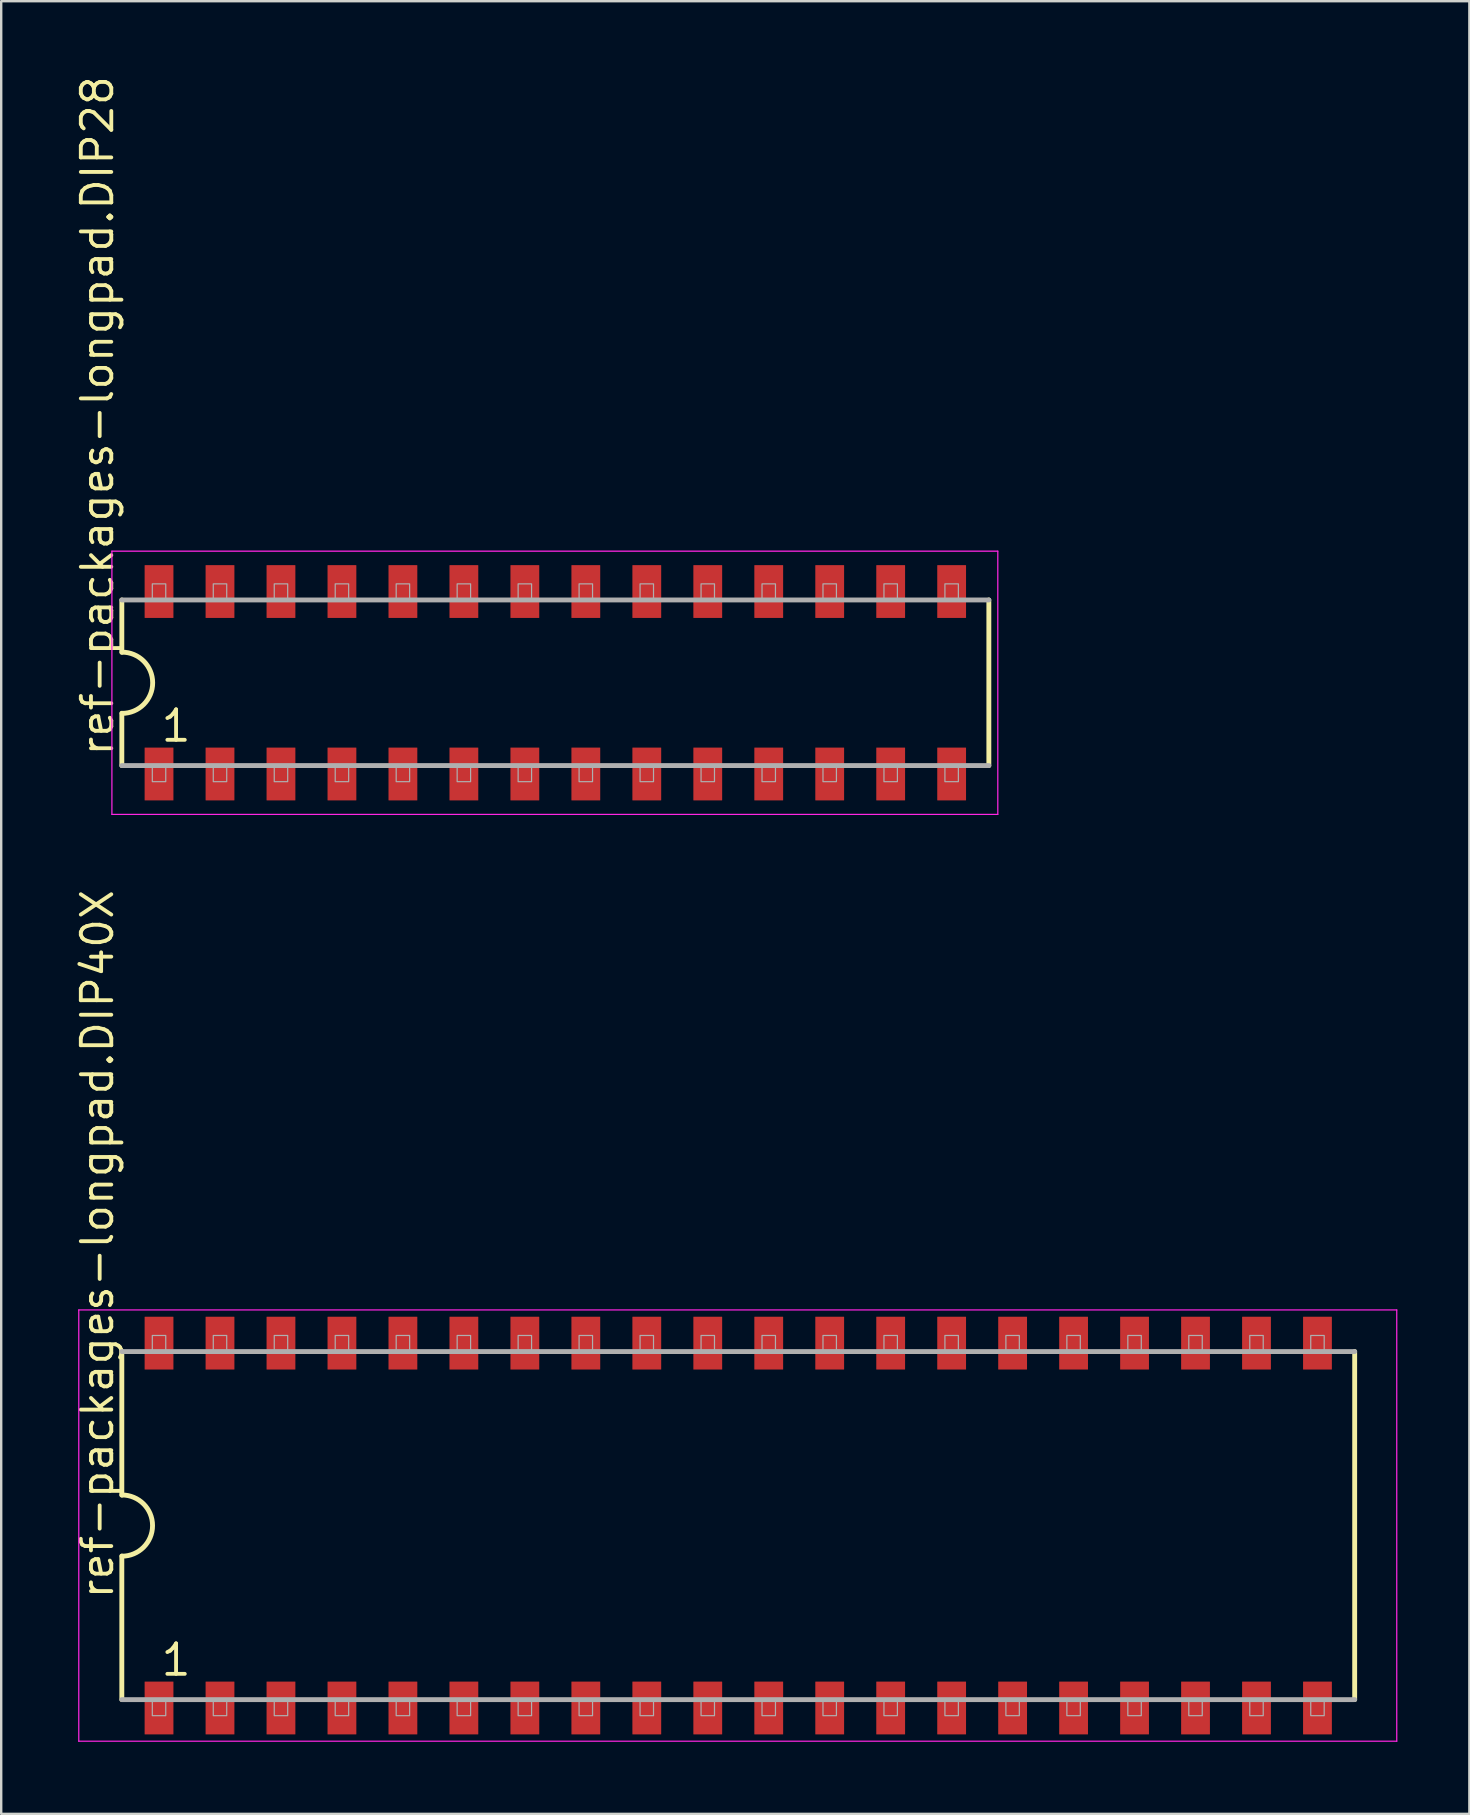
<source format=kicad_pcb>
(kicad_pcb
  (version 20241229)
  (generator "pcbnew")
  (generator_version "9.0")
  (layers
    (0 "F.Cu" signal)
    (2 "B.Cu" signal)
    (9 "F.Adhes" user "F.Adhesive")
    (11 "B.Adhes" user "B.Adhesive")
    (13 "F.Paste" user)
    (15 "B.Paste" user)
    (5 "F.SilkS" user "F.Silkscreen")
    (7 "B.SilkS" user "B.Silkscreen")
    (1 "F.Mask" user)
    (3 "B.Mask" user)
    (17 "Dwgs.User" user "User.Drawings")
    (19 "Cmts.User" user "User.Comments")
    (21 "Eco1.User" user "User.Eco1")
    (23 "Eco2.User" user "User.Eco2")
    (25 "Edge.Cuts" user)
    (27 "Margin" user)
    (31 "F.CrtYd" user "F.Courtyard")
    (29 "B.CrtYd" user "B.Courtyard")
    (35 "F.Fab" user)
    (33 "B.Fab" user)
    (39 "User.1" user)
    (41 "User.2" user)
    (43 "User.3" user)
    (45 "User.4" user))
  (footprint "ref-packages-longpad.DIP40X"
    (layer "F.Cu")
    (at 27.705 60.505)
    (property "Reference" "ref-packages-longpad.DIP40X" (at -25.955 3.135 90) (layer "F.SilkS") (effects (font (size 1.27 1.27) (thickness 0.16)) (justify left bottom)))
    (attr smd)
    (fp_line (start -25.68 -7.25) (end -25.68 -1.27) (stroke (width 0.203) (type default)) (layer "F.SilkS"))
    (fp_line (start -25.68 1.27) (end -25.68 7.25) (stroke (width 0.203) (type default)) (layer "F.SilkS"))
    (fp_line (start 25.68 7.25) (end 25.68 -7.25) (stroke (width 0.203) (type default)) (layer "F.SilkS"))
    (fp_arc (start -25.675 -1.275) (mid -24.4 0) (end -25.675 1.275) (stroke (width 0.2032) (type default)) (layer "F.SilkS"))
    (fp_line (start -27.473 -8.983) (end 27.433 -8.983) (stroke (width 0.051) (type default)) (layer "F.CrtYd"))
    (fp_line (start -27.473 8.983) (end -27.473 -8.983) (stroke (width 0.051) (type default)) (layer "F.CrtYd"))
    (fp_line (start 27.433 -8.983) (end 27.433 8.983) (stroke (width 0.051) (type default)) (layer "F.CrtYd"))
    (fp_line (start 27.433 8.983) (end -27.473 8.983) (stroke (width 0.051) (type default)) (layer "F.CrtYd"))
    (fp_line (start -25.68 7.25) (end 25.68 7.25) (stroke (width 0.203) (type default)) (layer "F.Fab"))
    (fp_line (start 25.68 -7.25) (end -25.68 -7.25) (stroke (width 0.203) (type default)) (layer "F.Fab"))
    (fp_rect (start -24.41 -7.25) (end -23.85 -7.92) (stroke (width 0.05) (type default)) (fill no) (layer "F.Fab"))
    (fp_rect (start -24.41 7.92) (end -23.85 7.25) (stroke (width 0.05) (type default)) (fill no) (layer "F.Fab"))
    (fp_rect (start -21.87 -7.25) (end -21.31 -7.92) (stroke (width 0.05) (type default)) (fill no) (layer "F.Fab"))
    (fp_rect (start -21.87 7.92) (end -21.31 7.25) (stroke (width 0.05) (type default)) (fill no) (layer "F.Fab"))
    (fp_rect (start -19.33 -7.25) (end -18.77 -7.92) (stroke (width 0.05) (type default)) (fill no) (layer "F.Fab"))
    (fp_rect (start -19.33 7.92) (end -18.77 7.25) (stroke (width 0.05) (type default)) (fill no) (layer "F.Fab"))
    (fp_rect (start -16.79 -7.25) (end -16.23 -7.92) (stroke (width 0.05) (type default)) (fill no) (layer "F.Fab"))
    (fp_rect (start -16.79 7.92) (end -16.23 7.25) (stroke (width 0.05) (type default)) (fill no) (layer "F.Fab"))
    (fp_rect (start -14.25 -7.25) (end -13.69 -7.92) (stroke (width 0.05) (type default)) (fill no) (layer "F.Fab"))
    (fp_rect (start -14.25 7.92) (end -13.69 7.25) (stroke (width 0.05) (type default)) (fill no) (layer "F.Fab"))
    (fp_rect (start -11.71 -7.25) (end -11.15 -7.92) (stroke (width 0.05) (type default)) (fill no) (layer "F.Fab"))
    (fp_rect (start -11.71 7.92) (end -11.15 7.25) (stroke (width 0.05) (type default)) (fill no) (layer "F.Fab"))
    (fp_rect (start -9.17 -7.25) (end -8.61 -7.92) (stroke (width 0.05) (type default)) (fill no) (layer "F.Fab"))
    (fp_rect (start -9.17 7.92) (end -8.61 7.25) (stroke (width 0.05) (type default)) (fill no) (layer "F.Fab"))
    (fp_rect (start -6.63 -7.25) (end -6.07 -7.92) (stroke (width 0.05) (type default)) (fill no) (layer "F.Fab"))
    (fp_rect (start -6.63 7.92) (end -6.07 7.25) (stroke (width 0.05) (type default)) (fill no) (layer "F.Fab"))
    (fp_rect (start -4.09 -7.25) (end -3.53 -7.92) (stroke (width 0.05) (type default)) (fill no) (layer "F.Fab"))
    (fp_rect (start -4.09 7.92) (end -3.53 7.25) (stroke (width 0.05) (type default)) (fill no) (layer "F.Fab"))
    (fp_rect (start -1.55 -7.25) (end -0.99 -7.92) (stroke (width 0.05) (type default)) (fill no) (layer "F.Fab"))
    (fp_rect (start -1.55 7.92) (end -0.99 7.25) (stroke (width 0.05) (type default)) (fill no) (layer "F.Fab"))
    (fp_rect (start 0.99 -7.25) (end 1.55 -7.92) (stroke (width 0.05) (type default)) (fill no) (layer "F.Fab"))
    (fp_rect (start 0.99 7.92) (end 1.55 7.25) (stroke (width 0.05) (type default)) (fill no) (layer "F.Fab"))
    (fp_rect (start 3.53 -7.25) (end 4.09 -7.92) (stroke (width 0.05) (type default)) (fill no) (layer "F.Fab"))
    (fp_rect (start 3.53 7.92) (end 4.09 7.25) (stroke (width 0.05) (type default)) (fill no) (layer "F.Fab"))
    (fp_rect (start 6.07 -7.25) (end 6.63 -7.92) (stroke (width 0.05) (type default)) (fill no) (layer "F.Fab"))
    (fp_rect (start 6.07 7.92) (end 6.63 7.25) (stroke (width 0.05) (type default)) (fill no) (layer "F.Fab"))
    (fp_rect (start 8.61 -7.25) (end 9.17 -7.92) (stroke (width 0.05) (type default)) (fill no) (layer "F.Fab"))
    (fp_rect (start 8.61 7.92) (end 9.17 7.25) (stroke (width 0.05) (type default)) (fill no) (layer "F.Fab"))
    (fp_rect (start 11.15 -7.25) (end 11.71 -7.92) (stroke (width 0.05) (type default)) (fill no) (layer "F.Fab"))
    (fp_rect (start 11.15 7.92) (end 11.71 7.25) (stroke (width 0.05) (type default)) (fill no) (layer "F.Fab"))
    (fp_rect (start 13.69 -7.25) (end 14.25 -7.92) (stroke (width 0.05) (type default)) (fill no) (layer "F.Fab"))
    (fp_rect (start 13.69 7.92) (end 14.25 7.25) (stroke (width 0.05) (type default)) (fill no) (layer "F.Fab"))
    (fp_rect (start 16.23 -7.25) (end 16.79 -7.92) (stroke (width 0.05) (type default)) (fill no) (layer "F.Fab"))
    (fp_rect (start 16.23 7.92) (end 16.79 7.25) (stroke (width 0.05) (type default)) (fill no) (layer "F.Fab"))
    (fp_rect (start 18.77 -7.25) (end 19.33 -7.92) (stroke (width 0.05) (type default)) (fill no) (layer "F.Fab"))
    (fp_rect (start 18.77 7.92) (end 19.33 7.25) (stroke (width 0.05) (type default)) (fill no) (layer "F.Fab"))
    (fp_rect (start 21.31 -7.25) (end 21.87 -7.92) (stroke (width 0.05) (type default)) (fill no) (layer "F.Fab"))
    (fp_rect (start 21.31 7.92) (end 21.87 7.25) (stroke (width 0.05) (type default)) (fill no) (layer "F.Fab"))
    (fp_rect (start 23.85 -7.25) (end 24.41 -7.92) (stroke (width 0.05) (type default)) (fill no) (layer "F.Fab"))
    (fp_rect (start 23.85 7.92) (end 24.41 7.25) (stroke (width 0.05) (type default)) (fill no) (layer "F.Fab"))
    (fp_text user "1" (at -24.13 6.34 0) (layer "F.SilkS") (effects (font (size 1.27 1.27) (thickness 0.16)) (justify left bottom)))
    (pad "1" smd roundrect (at -24.13 7.6) (size 1.2 2.2) (layers "F.Cu" "F.Mask" "F.Paste") (roundrect_rratio 0.01))
    (pad "2" smd roundrect (at -21.59 7.6) (size 1.2 2.2) (layers "F.Cu" "F.Mask" "F.Paste") (roundrect_rratio 0.01))
    (pad "3" smd roundrect (at -19.05 7.6) (size 1.2 2.2) (layers "F.Cu" "F.Mask" "F.Paste") (roundrect_rratio 0.01))
    (pad "4" smd roundrect (at -16.51 7.6) (size 1.2 2.2) (layers "F.Cu" "F.Mask" "F.Paste") (roundrect_rratio 0.01))
    (pad "5" smd roundrect (at -13.97 7.6) (size 1.2 2.2) (layers "F.Cu" "F.Mask" "F.Paste") (roundrect_rratio 0.01))
    (pad "6" smd roundrect (at -11.43 7.6) (size 1.2 2.2) (layers "F.Cu" "F.Mask" "F.Paste") (roundrect_rratio 0.01))
    (pad "7" smd roundrect (at -8.89 7.6) (size 1.2 2.2) (layers "F.Cu" "F.Mask" "F.Paste") (roundrect_rratio 0.01))
    (pad "8" smd roundrect (at -6.35 7.6) (size 1.2 2.2) (layers "F.Cu" "F.Mask" "F.Paste") (roundrect_rratio 0.01))
    (pad "9" smd roundrect (at -3.81 7.6) (size 1.2 2.2) (layers "F.Cu" "F.Mask" "F.Paste") (roundrect_rratio 0.01))
    (pad "10" smd roundrect (at -1.27 7.6) (size 1.2 2.2) (layers "F.Cu" "F.Mask" "F.Paste") (roundrect_rratio 0.01))
    (pad "11" smd roundrect (at 1.27 7.6) (size 1.2 2.2) (layers "F.Cu" "F.Mask" "F.Paste") (roundrect_rratio 0.01))
    (pad "12" smd roundrect (at 3.81 7.6) (size 1.2 2.2) (layers "F.Cu" "F.Mask" "F.Paste") (roundrect_rratio 0.01))
    (pad "13" smd roundrect (at 6.35 7.6) (size 1.2 2.2) (layers "F.Cu" "F.Mask" "F.Paste") (roundrect_rratio 0.01))
    (pad "14" smd roundrect (at 8.89 7.6) (size 1.2 2.2) (layers "F.Cu" "F.Mask" "F.Paste") (roundrect_rratio 0.01))
    (pad "15" smd roundrect (at 11.43 7.6) (size 1.2 2.2) (layers "F.Cu" "F.Mask" "F.Paste") (roundrect_rratio 0.01))
    (pad "16" smd roundrect (at 13.97 7.6) (size 1.2 2.2) (layers "F.Cu" "F.Mask" "F.Paste") (roundrect_rratio 0.01))
    (pad "17" smd roundrect (at 16.51 7.6) (size 1.2 2.2) (layers "F.Cu" "F.Mask" "F.Paste") (roundrect_rratio 0.01))
    (pad "18" smd roundrect (at 19.05 7.6) (size 1.2 2.2) (layers "F.Cu" "F.Mask" "F.Paste") (roundrect_rratio 0.01))
    (pad "19" smd roundrect (at 21.59 7.6) (size 1.2 2.2) (layers "F.Cu" "F.Mask" "F.Paste") (roundrect_rratio 0.01))
    (pad "20" smd roundrect (at 24.13 7.6) (size 1.2 2.2) (layers "F.Cu" "F.Mask" "F.Paste") (roundrect_rratio 0.01))
    (pad "21" smd roundrect (at 24.13 -7.6) (size 1.2 2.2) (layers "F.Cu" "F.Mask" "F.Paste") (roundrect_rratio 0.01))
    (pad "22" smd roundrect (at 21.59 -7.6) (size 1.2 2.2) (layers "F.Cu" "F.Mask" "F.Paste") (roundrect_rratio 0.01))
    (pad "23" smd roundrect (at 19.05 -7.6) (size 1.2 2.2) (layers "F.Cu" "F.Mask" "F.Paste") (roundrect_rratio 0.01))
    (pad "24" smd roundrect (at 16.51 -7.6) (size 1.2 2.2) (layers "F.Cu" "F.Mask" "F.Paste") (roundrect_rratio 0.01))
    (pad "25" smd roundrect (at 13.97 -7.6) (size 1.2 2.2) (layers "F.Cu" "F.Mask" "F.Paste") (roundrect_rratio 0.01))
    (pad "26" smd roundrect (at 11.43 -7.6) (size 1.2 2.2) (layers "F.Cu" "F.Mask" "F.Paste") (roundrect_rratio 0.01))
    (pad "27" smd roundrect (at 8.89 -7.6) (size 1.2 2.2) (layers "F.Cu" "F.Mask" "F.Paste") (roundrect_rratio 0.01))
    (pad "28" smd roundrect (at 6.35 -7.6) (size 1.2 2.2) (layers "F.Cu" "F.Mask" "F.Paste") (roundrect_rratio 0.01))
    (pad "29" smd roundrect (at 3.81 -7.6) (size 1.2 2.2) (layers "F.Cu" "F.Mask" "F.Paste") (roundrect_rratio 0.01))
    (pad "30" smd roundrect (at 1.27 -7.6) (size 1.2 2.2) (layers "F.Cu" "F.Mask" "F.Paste") (roundrect_rratio 0.01))
    (pad "31" smd roundrect (at -1.27 -7.6) (size 1.2 2.2) (layers "F.Cu" "F.Mask" "F.Paste") (roundrect_rratio 0.01))
    (pad "32" smd roundrect (at -3.81 -7.6) (size 1.2 2.2) (layers "F.Cu" "F.Mask" "F.Paste") (roundrect_rratio 0.01))
    (pad "33" smd roundrect (at -6.35 -7.6) (size 1.2 2.2) (layers "F.Cu" "F.Mask" "F.Paste") (roundrect_rratio 0.01))
    (pad "34" smd roundrect (at -8.89 -7.6) (size 1.2 2.2) (layers "F.Cu" "F.Mask" "F.Paste") (roundrect_rratio 0.01))
    (pad "35" smd roundrect (at -11.43 -7.6) (size 1.2 2.2) (layers "F.Cu" "F.Mask" "F.Paste") (roundrect_rratio 0.01))
    (pad "36" smd roundrect (at -13.97 -7.6) (size 1.2 2.2) (layers "F.Cu" "F.Mask" "F.Paste") (roundrect_rratio 0.01))
    (pad "37" smd roundrect (at -16.51 -7.6) (size 1.2 2.2) (layers "F.Cu" "F.Mask" "F.Paste") (roundrect_rratio 0.01))
    (pad "38" smd roundrect (at -19.05 -7.6) (size 1.2 2.2) (layers "F.Cu" "F.Mask" "F.Paste") (roundrect_rratio 0.01))
    (pad "39" smd roundrect (at -21.59 -7.6) (size 1.2 2.2) (layers "F.Cu" "F.Mask" "F.Paste") (roundrect_rratio 0.01))
    (pad "40" smd roundrect (at -24.13 -7.6) (size 1.2 2.2) (layers "F.Cu" "F.Mask" "F.Paste") (roundrect_rratio 0.01)))
  (footprint "ref-packages-longpad.DIP28"
    (layer "F.Cu")
    (at 20.085 25.394)
    (property "Reference" "ref-packages-longpad.DIP28" (at -18.335 3.135 90) (layer "F.SilkS") (effects (font (size 1.27 1.27) (thickness 0.16)) (justify left bottom)))
    (attr smd)
    (fp_line (start -18.06 -3.45) (end -18.06 -1.27) (stroke (width 0.203) (type default)) (layer "F.SilkS"))
    (fp_line (start -18.06 1.27) (end -18.06 3.45) (stroke (width 0.203) (type default)) (layer "F.SilkS"))
    (fp_line (start 18.06 3.45) (end 18.06 -3.45) (stroke (width 0.203) (type default)) (layer "F.SilkS"))
    (fp_arc (start -18.05 -1.275) (mid -16.775 0) (end -18.05 1.275) (stroke (width 0.2032) (type default)) (layer "F.SilkS"))
    (fp_line (start -18.473 -5.483) (end 18.433 -5.483) (stroke (width 0.051) (type default)) (layer "F.CrtYd"))
    (fp_line (start -18.473 5.483) (end -18.473 -5.483) (stroke (width 0.051) (type default)) (layer "F.CrtYd"))
    (fp_line (start 18.433 -5.483) (end 18.433 5.483) (stroke (width 0.051) (type default)) (layer "F.CrtYd"))
    (fp_line (start 18.433 5.483) (end -18.473 5.483) (stroke (width 0.051) (type default)) (layer "F.CrtYd"))
    (fp_line (start -18.06 3.45) (end 18.06 3.45) (stroke (width 0.203) (type default)) (layer "F.Fab"))
    (fp_line (start 18.06 -3.45) (end -18.06 -3.45) (stroke (width 0.203) (type default)) (layer "F.Fab"))
    (fp_rect (start -16.79 -3.45) (end -16.23 -4.12) (stroke (width 0.05) (type default)) (fill no) (layer "F.Fab"))
    (fp_rect (start -16.79 4.12) (end -16.23 3.45) (stroke (width 0.05) (type default)) (fill no) (layer "F.Fab"))
    (fp_rect (start -14.25 -3.45) (end -13.69 -4.12) (stroke (width 0.05) (type default)) (fill no) (layer "F.Fab"))
    (fp_rect (start -14.25 4.12) (end -13.69 3.45) (stroke (width 0.05) (type default)) (fill no) (layer "F.Fab"))
    (fp_rect (start -11.71 -3.45) (end -11.15 -4.12) (stroke (width 0.05) (type default)) (fill no) (layer "F.Fab"))
    (fp_rect (start -11.71 4.12) (end -11.15 3.45) (stroke (width 0.05) (type default)) (fill no) (layer "F.Fab"))
    (fp_rect (start -9.17 -3.45) (end -8.61 -4.12) (stroke (width 0.05) (type default)) (fill no) (layer "F.Fab"))
    (fp_rect (start -9.17 4.12) (end -8.61 3.45) (stroke (width 0.05) (type default)) (fill no) (layer "F.Fab"))
    (fp_rect (start -6.63 -3.45) (end -6.07 -4.12) (stroke (width 0.05) (type default)) (fill no) (layer "F.Fab"))
    (fp_rect (start -6.63 4.12) (end -6.07 3.45) (stroke (width 0.05) (type default)) (fill no) (layer "F.Fab"))
    (fp_rect (start -4.09 -3.45) (end -3.53 -4.12) (stroke (width 0.05) (type default)) (fill no) (layer "F.Fab"))
    (fp_rect (start -4.09 4.12) (end -3.53 3.45) (stroke (width 0.05) (type default)) (fill no) (layer "F.Fab"))
    (fp_rect (start -1.55 -3.45) (end -0.99 -4.12) (stroke (width 0.05) (type default)) (fill no) (layer "F.Fab"))
    (fp_rect (start -1.55 4.12) (end -0.99 3.45) (stroke (width 0.05) (type default)) (fill no) (layer "F.Fab"))
    (fp_rect (start 0.99 -3.45) (end 1.55 -4.12) (stroke (width 0.05) (type default)) (fill no) (layer "F.Fab"))
    (fp_rect (start 0.99 4.12) (end 1.55 3.45) (stroke (width 0.05) (type default)) (fill no) (layer "F.Fab"))
    (fp_rect (start 3.53 -3.45) (end 4.09 -4.12) (stroke (width 0.05) (type default)) (fill no) (layer "F.Fab"))
    (fp_rect (start 3.53 4.12) (end 4.09 3.45) (stroke (width 0.05) (type default)) (fill no) (layer "F.Fab"))
    (fp_rect (start 6.07 -3.45) (end 6.63 -4.12) (stroke (width 0.05) (type default)) (fill no) (layer "F.Fab"))
    (fp_rect (start 6.07 4.12) (end 6.63 3.45) (stroke (width 0.05) (type default)) (fill no) (layer "F.Fab"))
    (fp_rect (start 8.61 -3.45) (end 9.17 -4.12) (stroke (width 0.05) (type default)) (fill no) (layer "F.Fab"))
    (fp_rect (start 8.61 4.12) (end 9.17 3.45) (stroke (width 0.05) (type default)) (fill no) (layer "F.Fab"))
    (fp_rect (start 11.15 -3.45) (end 11.71 -4.12) (stroke (width 0.05) (type default)) (fill no) (layer "F.Fab"))
    (fp_rect (start 11.15 4.12) (end 11.71 3.45) (stroke (width 0.05) (type default)) (fill no) (layer "F.Fab"))
    (fp_rect (start 13.69 -3.45) (end 14.25 -4.12) (stroke (width 0.05) (type default)) (fill no) (layer "F.Fab"))
    (fp_rect (start 13.69 4.12) (end 14.25 3.45) (stroke (width 0.05) (type default)) (fill no) (layer "F.Fab"))
    (fp_rect (start 16.23 -3.45) (end 16.79 -4.12) (stroke (width 0.05) (type default)) (fill no) (layer "F.Fab"))
    (fp_rect (start 16.23 4.12) (end 16.79 3.45) (stroke (width 0.05) (type default)) (fill no) (layer "F.Fab"))
    (fp_text user "1" (at -16.51 2.54 0) (layer "F.SilkS") (effects (font (size 1.27 1.27) (thickness 0.16)) (justify left bottom)))
    (pad "1" smd roundrect (at -16.51 3.8) (size 1.2 2.2) (layers "F.Cu" "F.Mask" "F.Paste") (roundrect_rratio 0.01))
    (pad "2" smd roundrect (at -13.97 3.8) (size 1.2 2.2) (layers "F.Cu" "F.Mask" "F.Paste") (roundrect_rratio 0.01))
    (pad "3" smd roundrect (at -11.43 3.8) (size 1.2 2.2) (layers "F.Cu" "F.Mask" "F.Paste") (roundrect_rratio 0.01))
    (pad "4" smd roundrect (at -8.89 3.8) (size 1.2 2.2) (layers "F.Cu" "F.Mask" "F.Paste") (roundrect_rratio 0.01))
    (pad "5" smd roundrect (at -6.35 3.8) (size 1.2 2.2) (layers "F.Cu" "F.Mask" "F.Paste") (roundrect_rratio 0.01))
    (pad "6" smd roundrect (at -3.81 3.8) (size 1.2 2.2) (layers "F.Cu" "F.Mask" "F.Paste") (roundrect_rratio 0.01))
    (pad "7" smd roundrect (at -1.27 3.8) (size 1.2 2.2) (layers "F.Cu" "F.Mask" "F.Paste") (roundrect_rratio 0.01))
    (pad "8" smd roundrect (at 1.27 3.8) (size 1.2 2.2) (layers "F.Cu" "F.Mask" "F.Paste") (roundrect_rratio 0.01))
    (pad "9" smd roundrect (at 3.81 3.8) (size 1.2 2.2) (layers "F.Cu" "F.Mask" "F.Paste") (roundrect_rratio 0.01))
    (pad "10" smd roundrect (at 6.35 3.8) (size 1.2 2.2) (layers "F.Cu" "F.Mask" "F.Paste") (roundrect_rratio 0.01))
    (pad "11" smd roundrect (at 8.89 3.8) (size 1.2 2.2) (layers "F.Cu" "F.Mask" "F.Paste") (roundrect_rratio 0.01))
    (pad "12" smd roundrect (at 11.43 3.8) (size 1.2 2.2) (layers "F.Cu" "F.Mask" "F.Paste") (roundrect_rratio 0.01))
    (pad "13" smd roundrect (at 13.97 3.8) (size 1.2 2.2) (layers "F.Cu" "F.Mask" "F.Paste") (roundrect_rratio 0.01))
    (pad "14" smd roundrect (at 16.51 3.8) (size 1.2 2.2) (layers "F.Cu" "F.Mask" "F.Paste") (roundrect_rratio 0.01))
    (pad "15" smd roundrect (at 16.51 -3.8) (size 1.2 2.2) (layers "F.Cu" "F.Mask" "F.Paste") (roundrect_rratio 0.01))
    (pad "16" smd roundrect (at 13.97 -3.8) (size 1.2 2.2) (layers "F.Cu" "F.Mask" "F.Paste") (roundrect_rratio 0.01))
    (pad "17" smd roundrect (at 11.43 -3.8) (size 1.2 2.2) (layers "F.Cu" "F.Mask" "F.Paste") (roundrect_rratio 0.01))
    (pad "18" smd roundrect (at 8.89 -3.8) (size 1.2 2.2) (layers "F.Cu" "F.Mask" "F.Paste") (roundrect_rratio 0.01))
    (pad "19" smd roundrect (at 6.35 -3.8) (size 1.2 2.2) (layers "F.Cu" "F.Mask" "F.Paste") (roundrect_rratio 0.01))
    (pad "20" smd roundrect (at 3.81 -3.8) (size 1.2 2.2) (layers "F.Cu" "F.Mask" "F.Paste") (roundrect_rratio 0.01))
    (pad "21" smd roundrect (at 1.27 -3.8) (size 1.2 2.2) (layers "F.Cu" "F.Mask" "F.Paste") (roundrect_rratio 0.01))
    (pad "22" smd roundrect (at -1.27 -3.8) (size 1.2 2.2) (layers "F.Cu" "F.Mask" "F.Paste") (roundrect_rratio 0.01))
    (pad "23" smd roundrect (at -3.81 -3.8) (size 1.2 2.2) (layers "F.Cu" "F.Mask" "F.Paste") (roundrect_rratio 0.01))
    (pad "24" smd roundrect (at -6.35 -3.8) (size 1.2 2.2) (layers "F.Cu" "F.Mask" "F.Paste") (roundrect_rratio 0.01))
    (pad "25" smd roundrect (at -8.89 -3.8) (size 1.2 2.2) (layers "F.Cu" "F.Mask" "F.Paste") (roundrect_rratio 0.01))
    (pad "26" smd roundrect (at -11.43 -3.8) (size 1.2 2.2) (layers "F.Cu" "F.Mask" "F.Paste") (roundrect_rratio 0.01))
    (pad "27" smd roundrect (at -13.97 -3.8) (size 1.2 2.2) (layers "F.Cu" "F.Mask" "F.Paste") (roundrect_rratio 0.01))
    (pad "28" smd roundrect (at -16.51 -3.8) (size 1.2 2.2) (layers "F.Cu" "F.Mask" "F.Paste") (roundrect_rratio 0.01)))
  (gr_rect
    (start -3 -3)
    (end 58.163 72.514)
    (stroke (width 0.1) (type default))
    (fill no)
    (layer "Edge.Cuts")))
</source>
